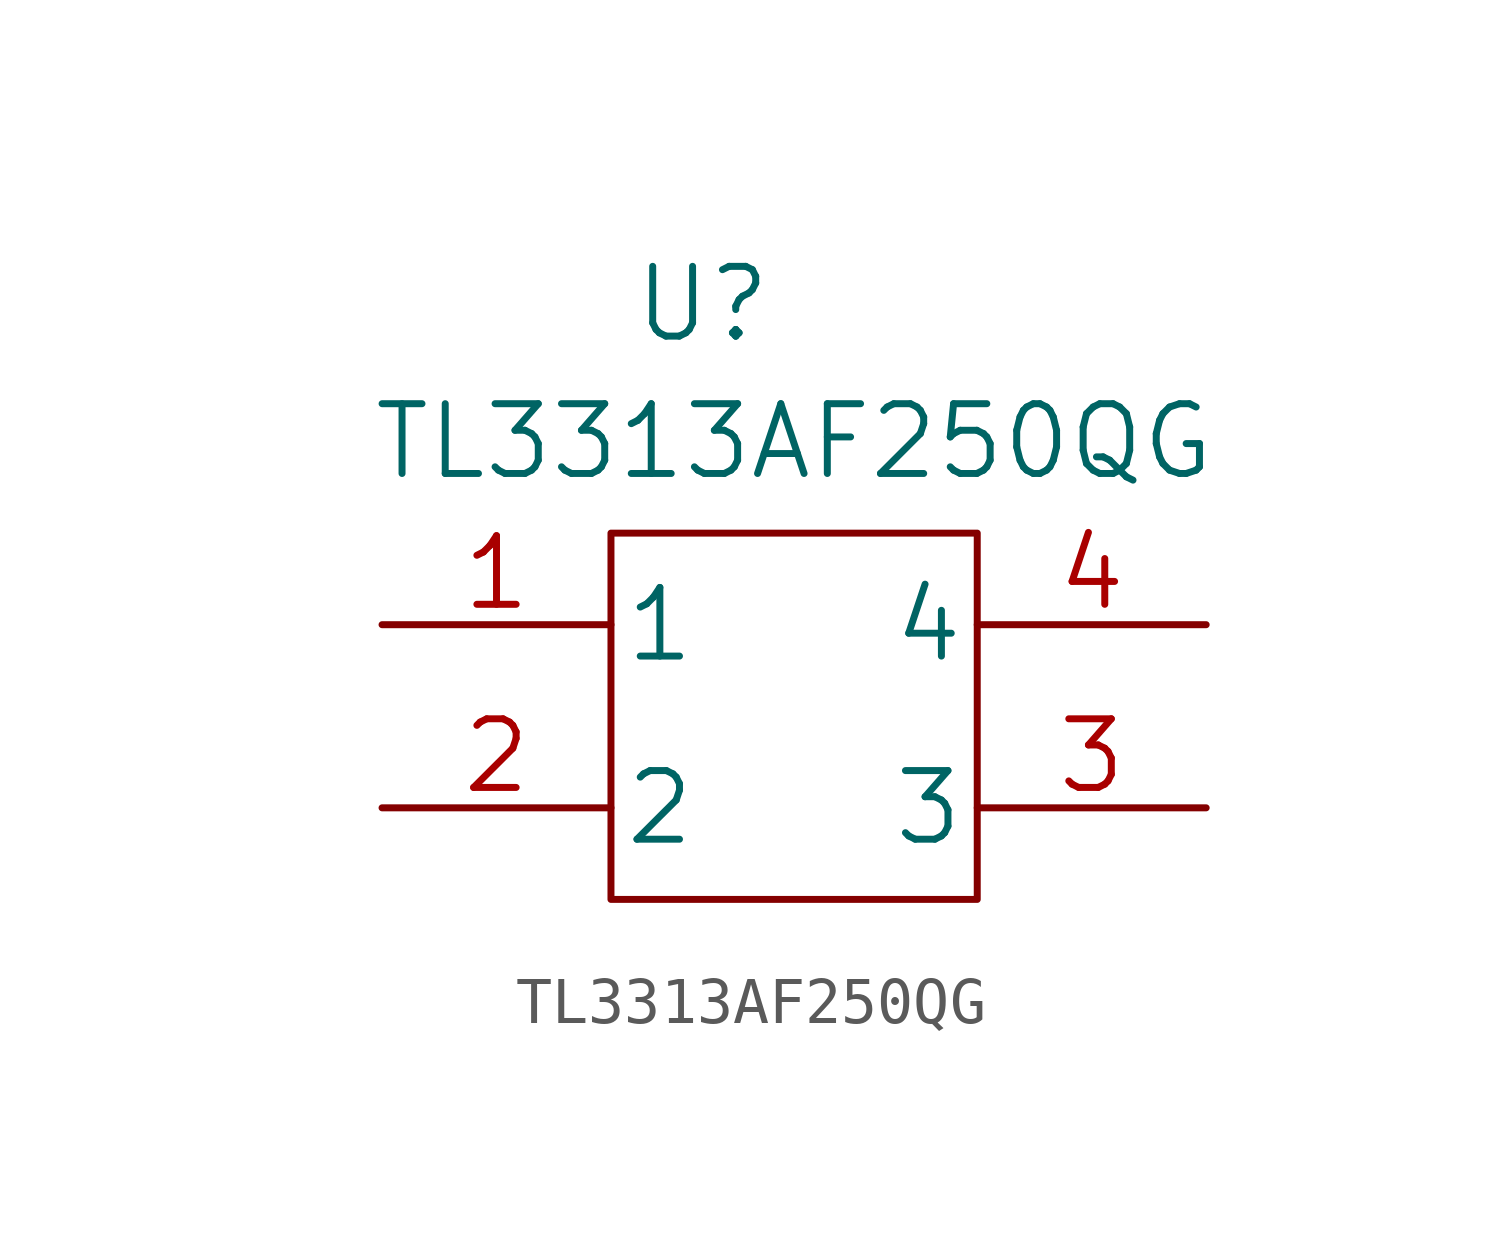
<source format=kicad_sym>
(kicad_symbol_lib
  (version 20211014)
  (generator kicad_symbol_editor)
  (symbol "TL3313AF250QG"
    (pin_names
      (offset 0.254))
    (property "Reference" "U"
      (at -2 9 0)
      (effects (font (size 1.524 1.524))))
    (property "Value" "TL3313AF250QG"
      (at 0 6 0)
      (effects (font (size 1.524 1.524))))
    (property "Datasheet" ""
      (at -11 1 0)
      (effects (font (size 1.524 1.524))))
    (property "ki_locked" ""
      (at 0 0 0)
      (effects (font (size 1.27 1.27))))
    (symbol "TL3313AF250QG_0_1"
      (rectangle (start -4 4) (end 4 -4) (stroke (width 0) (type default) (color 0 0 0 0)) (fill (type none))))
    (symbol "TL3313AF250QG_1_1"
      (pin bidirectional line (at -9 2 0) (length 5) (name "1" (effects (font (size 1.499 1.499)))) (number "1" (effects (font (size 1.499 1.499)))))
      (pin bidirectional line (at -9 -2 0) (length 5) (name "2" (effects (font (size 1.499 1.499)))) (number "2" (effects (font (size 1.499 1.499)))))
      (pin bidirectional line (at 9 -2 180) (length 5) (name "3" (effects (font (size 1.499 1.499)))) (number "3" (effects (font (size 1.499 1.499)))))
      (pin bidirectional line (at 9 2 180) (length 5) (name "4" (effects (font (size 1.499 1.499)))) (number "4" (effects (font (size 1.499 1.499))))))))
</source>
